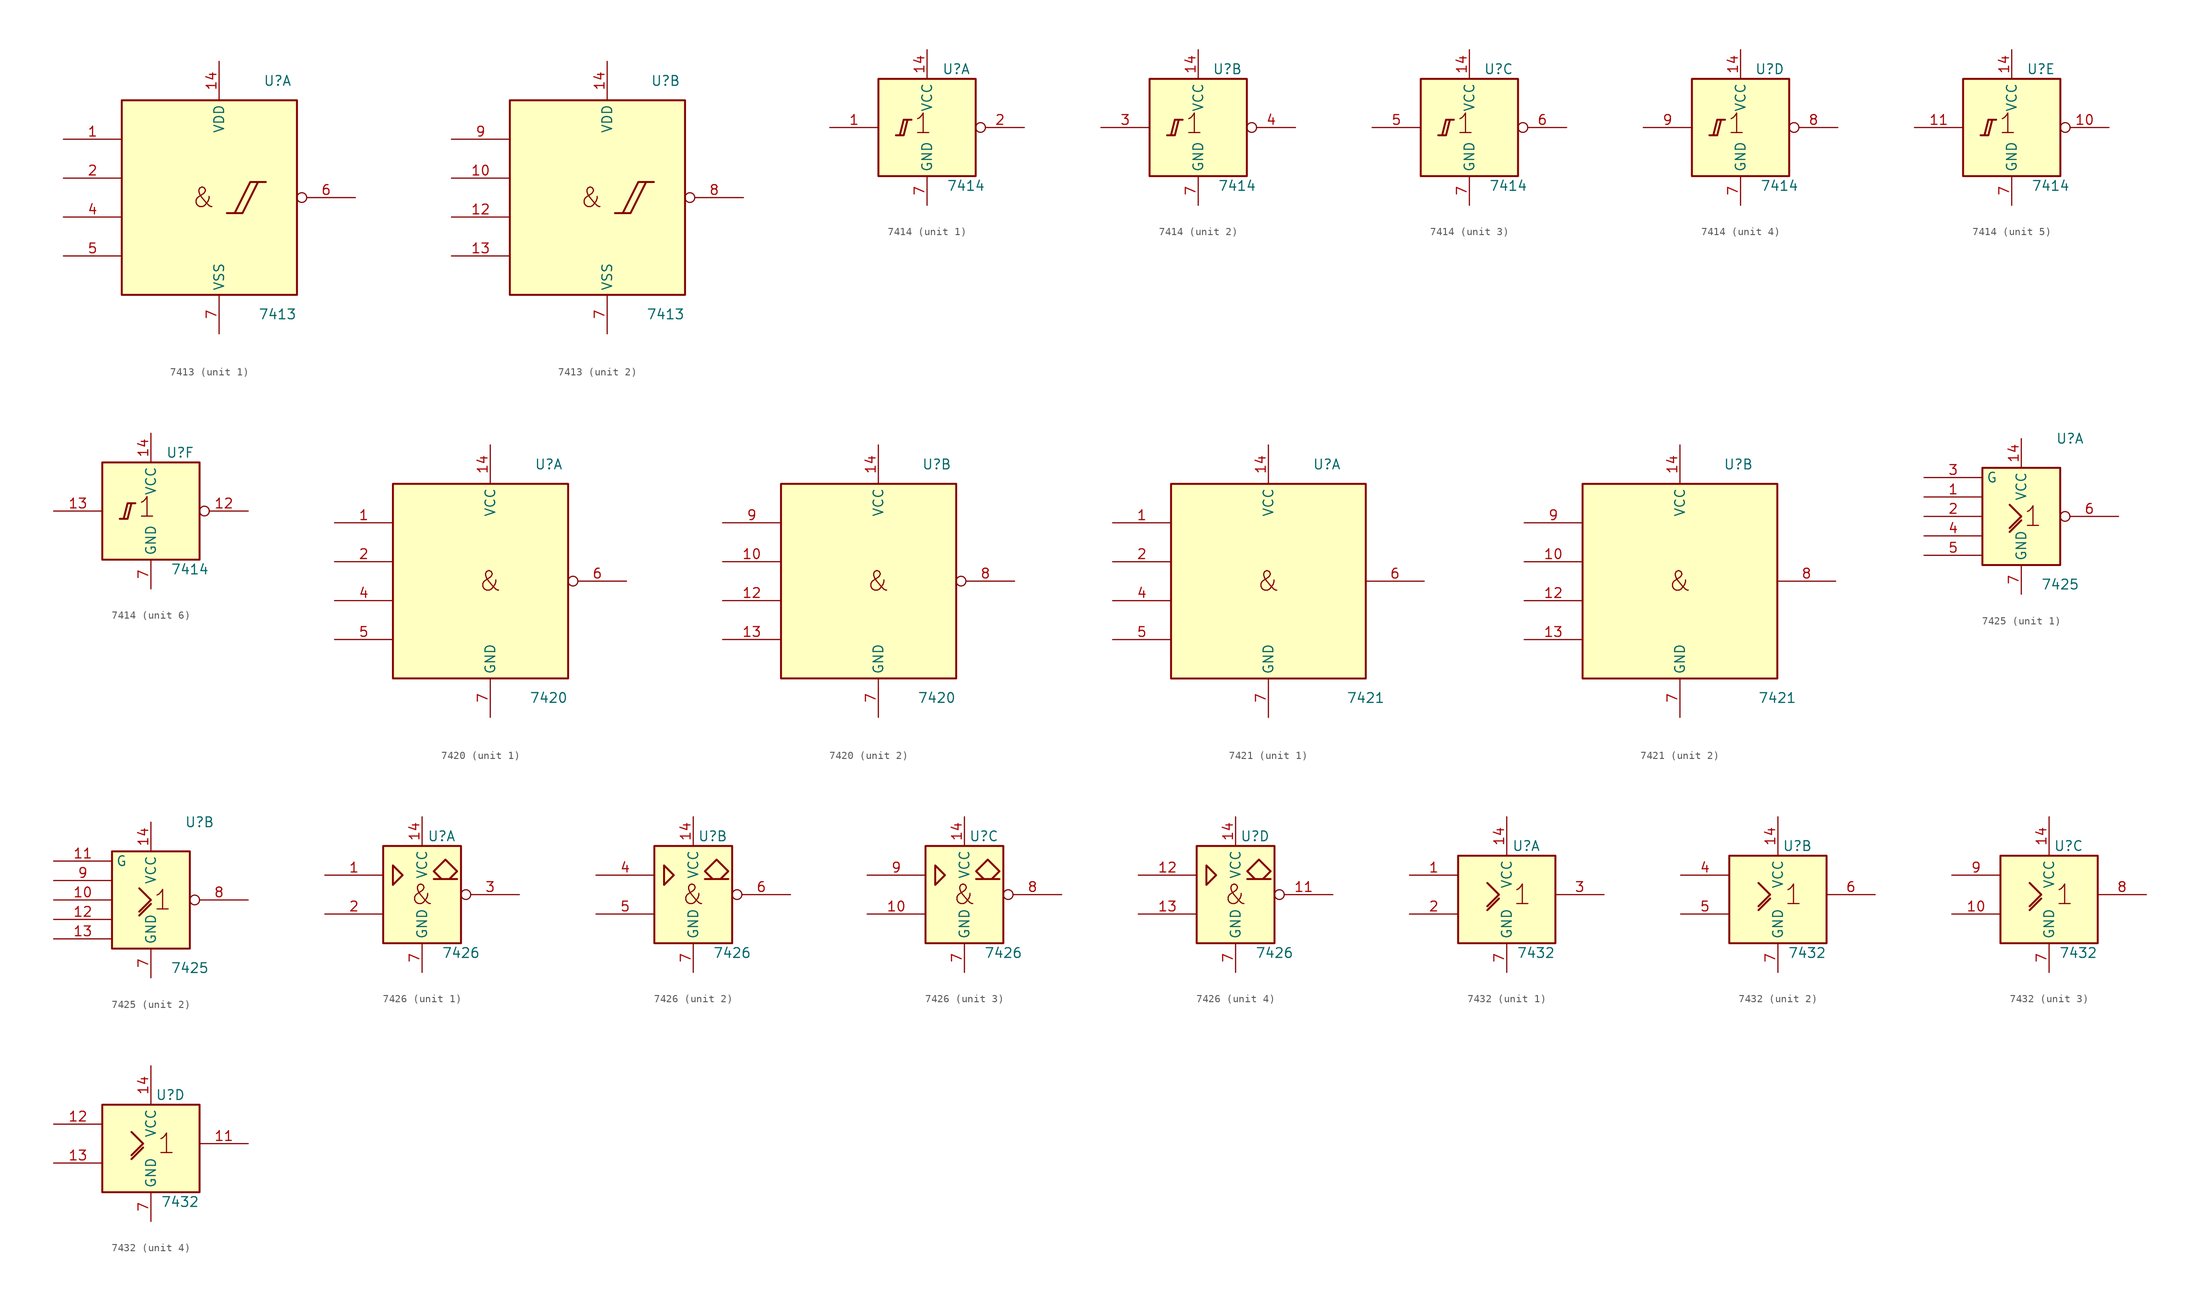
<source format=kicad_sym>
(kicad_symbol_lib
  (version 20231120)
  (generator "kicad_symbol_editor")
  (generator_version "8.0")
  (symbol "7413"
    (property "Reference" "U"
      (at 7.62 15.24 0)
      (effects (font (size 1.27 1.27))))
    (property "Value" "7413"
      (at 7.62 -15.24 0)
      (effects (font (size 1.27 1.27))))
    (symbol "7413_0_0"
      (polyline (pts (xy 1.016 -2.032) (xy 3.048 -2.032) (xy 5.08 2.032) (xy 6.096 2.032) (xy 4.064 2.032) (xy 2.032 -2.032) (xy 2.032 -2.032)) (stroke (width 0.254) (type default)) (fill (type background)))
      (text "&" (at -2.032 0 0) (effects (font (size 2.54 2.54)))))
    (symbol "7413_0_1"
      (rectangle (start -12.7 12.7) (end 10.16 -12.7) (stroke (width 0.254) (type default)) (fill (type background)))
      (pin power_in line (at 0 17.78 270) (length 5.08) (name "VDD" (effects (font (size 1.27 1.27)))) (number "14" (effects (font (size 1.27 1.27)))))
      (pin power_in line (at 0 -17.78 90) (length 5.08) (name "VSS" (effects (font (size 1.27 1.27)))) (number "7" (effects (font (size 1.27 1.27))))))
    (symbol "7413_1_1"
      (pin input line (at -20.32 7.62 0) (length 7.62) (name "~" (effects (font (size 1.27 1.27)))) (number "1" (effects (font (size 1.27 1.27)))))
      (pin input line (at -20.32 2.54 0) (length 7.62) (name "~" (effects (font (size 1.27 1.27)))) (number "2" (effects (font (size 1.27 1.27)))))
      (pin input line (at -20.32 -2.54 0) (length 7.62) (name "~" (effects (font (size 1.27 1.27)))) (number "4" (effects (font (size 1.27 1.27)))))
      (pin input line (at -20.32 -7.62 0) (length 7.62) (name "~" (effects (font (size 1.27 1.27)))) (number "5" (effects (font (size 1.27 1.27)))))
      (pin output inverted (at 17.78 0 180) (length 7.62) (name "~" (effects (font (size 1.27 1.27)))) (number "6" (effects (font (size 1.27 1.27))))))
    (symbol "7413_2_1"
      (pin input line (at -20.32 2.54 0) (length 7.62) (name "~" (effects (font (size 1.27 1.27)))) (number "10" (effects (font (size 1.27 1.27)))))
      (pin input line (at -20.32 -2.54 0) (length 7.62) (name "~" (effects (font (size 1.27 1.27)))) (number "12" (effects (font (size 1.27 1.27)))))
      (pin input line (at -20.32 -7.62 0) (length 7.62) (name "~" (effects (font (size 1.27 1.27)))) (number "13" (effects (font (size 1.27 1.27)))))
      (pin output inverted (at 17.78 0 180) (length 7.62) (name "~" (effects (font (size 1.27 1.27)))) (number "8" (effects (font (size 1.27 1.27)))))
      (pin input line (at -20.32 7.62 0) (length 7.62) (name "~" (effects (font (size 1.27 1.27)))) (number "9" (effects (font (size 1.27 1.27)))))))
  (symbol "7414"
    (property "Reference" "U"
      (at 3.81 7.62 0)
      (effects (font (size 1.27 1.27))))
    (property "Value" "7414"
      (at 5.08 -7.62 0)
      (effects (font (size 1.27 1.27))))
    (symbol "7414_0_0"
      (polyline (pts (xy -4.064 -1.016) (xy -3.048 -1.016) (xy -2.54 1.016) (xy -2.032 1.016) (xy -3.048 1.016) (xy -3.556 -1.016) (xy -3.556 -1.016)) (stroke (width 0.254) (type default)) (fill (type background)))
      (text "1" (at -0.508 0.508 0) (effects (font (size 2.54 2.54)))))
    (symbol "7414_0_1"
      (rectangle (start -6.35 6.35) (end 6.35 -6.35) (stroke (width 0.254) (type default)) (fill (type background)))
      (pin power_in line (at 0 10.16 270) (length 3.81) (name "VCC" (effects (font (size 1.27 1.27)))) (number "14" (effects (font (size 1.27 1.27)))))
      (pin power_in line (at 0 -10.16 90) (length 3.81) (name "GND" (effects (font (size 1.27 1.27)))) (number "7" (effects (font (size 1.27 1.27))))))
    (symbol "7414_1_1"
      (pin input line (at -12.7 0 0) (length 6.35) (name "~" (effects (font (size 1.27 1.27)))) (number "1" (effects (font (size 1.27 1.27)))))
      (pin output inverted (at 12.7 0 180) (length 6.35) (name "~" (effects (font (size 1.27 1.27)))) (number "2" (effects (font (size 1.27 1.27))))))
    (symbol "7414_2_1"
      (pin input line (at -12.7 0 0) (length 6.35) (name "~" (effects (font (size 1.27 1.27)))) (number "3" (effects (font (size 1.27 1.27)))))
      (pin output inverted (at 12.7 0 180) (length 6.35) (name "~" (effects (font (size 1.27 1.27)))) (number "4" (effects (font (size 1.27 1.27))))))
    (symbol "7414_3_1"
      (pin input line (at -12.7 0 0) (length 6.35) (name "~" (effects (font (size 1.27 1.27)))) (number "5" (effects (font (size 1.27 1.27)))))
      (pin output inverted (at 12.7 0 180) (length 6.35) (name "~" (effects (font (size 1.27 1.27)))) (number "6" (effects (font (size 1.27 1.27))))))
    (symbol "7414_4_1"
      (pin output inverted (at 12.7 0 180) (length 6.35) (name "~" (effects (font (size 1.27 1.27)))) (number "8" (effects (font (size 1.27 1.27)))))
      (pin input line (at -12.7 0 0) (length 6.35) (name "~" (effects (font (size 1.27 1.27)))) (number "9" (effects (font (size 1.27 1.27))))))
    (symbol "7414_5_1"
      (pin output inverted (at 12.7 0 180) (length 6.35) (name "~" (effects (font (size 1.27 1.27)))) (number "10" (effects (font (size 1.27 1.27)))))
      (pin input line (at -12.7 0 0) (length 6.35) (name "~" (effects (font (size 1.27 1.27)))) (number "11" (effects (font (size 1.27 1.27))))))
    (symbol "7414_6_1"
      (pin output inverted (at 12.7 0 180) (length 6.35) (name "~" (effects (font (size 1.27 1.27)))) (number "12" (effects (font (size 1.27 1.27)))))
      (pin input line (at -12.7 0 0) (length 6.35) (name "~" (effects (font (size 1.27 1.27)))) (number "13" (effects (font (size 1.27 1.27)))))))
  (symbol "7420"
    (property "Reference" "U"
      (at 7.62 15.24 0)
      (effects (font (size 1.27 1.27))))
    (property "Value" "7420"
      (at 7.62 -15.24 0)
      (effects (font (size 1.27 1.27))))
    (symbol "7420_0_0"
      (text "&" (at 0 0 0) (effects (font (size 2.54 2.54)))))
    (symbol "7420_0_1"
      (rectangle (start -12.7 12.7) (end 10.16 -12.7) (stroke (width 0.254) (type default)) (fill (type background)))
      (pin power_in line (at 0 17.78 270) (length 5.08) (name "VCC" (effects (font (size 1.27 1.27)))) (number "14" (effects (font (size 1.27 1.27)))))
      (pin power_in line (at 0 -17.78 90) (length 5.08) (name "GND" (effects (font (size 1.27 1.27)))) (number "7" (effects (font (size 1.27 1.27))))))
    (symbol "7420_1_1"
      (pin input line (at -20.32 7.62 0) (length 7.62) (name "~" (effects (font (size 1.27 1.27)))) (number "1" (effects (font (size 1.27 1.27)))))
      (pin input line (at -20.32 2.54 0) (length 7.62) (name "~" (effects (font (size 1.27 1.27)))) (number "2" (effects (font (size 1.27 1.27)))))
      (pin input line (at -20.32 -2.54 0) (length 7.62) (name "~" (effects (font (size 1.27 1.27)))) (number "4" (effects (font (size 1.27 1.27)))))
      (pin input line (at -20.32 -7.62 0) (length 7.62) (name "~" (effects (font (size 1.27 1.27)))) (number "5" (effects (font (size 1.27 1.27)))))
      (pin output inverted (at 17.78 0 180) (length 7.62) (name "~" (effects (font (size 1.27 1.27)))) (number "6" (effects (font (size 1.27 1.27))))))
    (symbol "7420_2_1"
      (pin input line (at -20.32 2.54 0) (length 7.62) (name "~" (effects (font (size 1.27 1.27)))) (number "10" (effects (font (size 1.27 1.27)))))
      (pin input line (at -20.32 -2.54 0) (length 7.62) (name "~" (effects (font (size 1.27 1.27)))) (number "12" (effects (font (size 1.27 1.27)))))
      (pin input line (at -20.32 -7.62 0) (length 7.62) (name "~" (effects (font (size 1.27 1.27)))) (number "13" (effects (font (size 1.27 1.27)))))
      (pin output inverted (at 17.78 0 180) (length 7.62) (name "~" (effects (font (size 1.27 1.27)))) (number "8" (effects (font (size 1.27 1.27)))))
      (pin input line (at -20.32 7.62 0) (length 7.62) (name "~" (effects (font (size 1.27 1.27)))) (number "9" (effects (font (size 1.27 1.27)))))))
  (symbol "7421"
    (property "Reference" "U"
      (at 7.62 15.24 0)
      (effects (font (size 1.27 1.27))))
    (property "Value" "7421"
      (at 12.7 -15.24 0)
      (effects (font (size 1.27 1.27))))
    (symbol "7421_0_0"
      (text "&" (at 0 0 0) (effects (font (size 2.54 2.54)))))
    (symbol "7421_0_1"
      (rectangle (start -12.7 12.7) (end 12.7 -12.7) (stroke (width 0.254) (type default)) (fill (type background)))
      (pin power_in line (at 0 17.78 270) (length 5.08) (name "VCC" (effects (font (size 1.27 1.27)))) (number "14" (effects (font (size 1.27 1.27)))))
      (pin power_in line (at 0 -17.78 90) (length 5.08) (name "GND" (effects (font (size 1.27 1.27)))) (number "7" (effects (font (size 1.27 1.27))))))
    (symbol "7421_1_1"
      (pin input line (at -20.32 7.62 0) (length 7.62) (name "~" (effects (font (size 1.27 1.27)))) (number "1" (effects (font (size 1.27 1.27)))))
      (pin input line (at -20.32 2.54 0) (length 7.62) (name "~" (effects (font (size 1.27 1.27)))) (number "2" (effects (font (size 1.27 1.27)))))
      (pin input line (at -20.32 -2.54 0) (length 7.62) (name "~" (effects (font (size 1.27 1.27)))) (number "4" (effects (font (size 1.27 1.27)))))
      (pin input line (at -20.32 -7.62 0) (length 7.62) (name "~" (effects (font (size 1.27 1.27)))) (number "5" (effects (font (size 1.27 1.27)))))
      (pin output line (at 20.32 0 180) (length 7.62) (name "~" (effects (font (size 1.27 1.27)))) (number "6" (effects (font (size 1.27 1.27))))))
    (symbol "7421_2_1"
      (pin input line (at -20.32 2.54 0) (length 7.62) (name "~" (effects (font (size 1.27 1.27)))) (number "10" (effects (font (size 1.27 1.27)))))
      (pin input line (at -20.32 -2.54 0) (length 7.62) (name "~" (effects (font (size 1.27 1.27)))) (number "12" (effects (font (size 1.27 1.27)))))
      (pin input line (at -20.32 -7.62 0) (length 7.62) (name "~" (effects (font (size 1.27 1.27)))) (number "13" (effects (font (size 1.27 1.27)))))
      (pin output line (at 20.32 0 180) (length 7.62) (name "~" (effects (font (size 1.27 1.27)))) (number "8" (effects (font (size 1.27 1.27)))))
      (pin input line (at -20.32 7.62 0) (length 7.62) (name "~" (effects (font (size 1.27 1.27)))) (number "9" (effects (font (size 1.27 1.27)))))))
  (symbol "7425"
    (property "Reference" "U"
      (at 6.35 10.16 0)
      (effects (font (size 1.27 1.27))))
    (property "Value" "7425"
      (at 5.08 -8.89 0)
      (effects (font (size 1.27 1.27))))
    (symbol "7425_0_0"
      (polyline (pts (xy -1.524 -2.032) (xy 0 -0.508) (xy 0 -0.508)) (stroke (width 0.254) (type default)) (fill (type background)))
      (polyline (pts (xy -1.524 1.524) (xy 0 0) (xy -1.524 -1.524) (xy -1.524 -1.524)) (stroke (width 0.254) (type default)) (fill (type background)))
      (text "1" (at 1.524 0 0) (effects (font (size 2.54 2.54)))))
    (symbol "7425_0_1"
      (rectangle (start -5.08 6.35) (end 5.08 -6.35) (stroke (width 0.254) (type default)) (fill (type background)))
      (pin power_in line (at 0 10.16 270) (length 3.81) (name "VCC" (effects (font (size 1.27 1.27)))) (number "14" (effects (font (size 1.27 1.27)))))
      (pin power_in line (at 0 -10.16 90) (length 3.81) (name "GND" (effects (font (size 1.27 1.27)))) (number "7" (effects (font (size 1.27 1.27))))))
    (symbol "7425_1_1"
      (pin input line (at -12.7 2.54 0) (length 7.62) (name "~" (effects (font (size 1.27 1.27)))) (number "1" (effects (font (size 1.27 1.27)))))
      (pin input line (at -12.7 0 0) (length 7.62) (name "~" (effects (font (size 1.27 1.27)))) (number "2" (effects (font (size 1.27 1.27)))))
      (pin input line (at -12.7 5.08 0) (length 7.62) (name "G" (effects (font (size 1.27 1.27)))) (number "3" (effects (font (size 1.27 1.27)))))
      (pin input line (at -12.7 -2.54 0) (length 7.62) (name "~" (effects (font (size 1.27 1.27)))) (number "4" (effects (font (size 1.27 1.27)))))
      (pin input line (at -12.7 -5.08 0) (length 7.62) (name "~" (effects (font (size 1.27 1.27)))) (number "5" (effects (font (size 1.27 1.27)))))
      (pin output inverted (at 12.7 0 180) (length 7.62) (name "~" (effects (font (size 1.27 1.27)))) (number "6" (effects (font (size 1.27 1.27))))))
    (symbol "7425_2_1"
      (pin input line (at -12.7 0 0) (length 7.62) (name "~" (effects (font (size 1.27 1.27)))) (number "10" (effects (font (size 1.27 1.27)))))
      (pin input line (at -12.7 5.08 0) (length 7.62) (name "G" (effects (font (size 1.27 1.27)))) (number "11" (effects (font (size 1.27 1.27)))))
      (pin input line (at -12.7 -2.54 0) (length 7.62) (name "~" (effects (font (size 1.27 1.27)))) (number "12" (effects (font (size 1.27 1.27)))))
      (pin input line (at -12.7 -5.08 0) (length 7.62) (name "~" (effects (font (size 1.27 1.27)))) (number "13" (effects (font (size 1.27 1.27)))))
      (pin output inverted (at 12.7 0 180) (length 7.62) (name "~" (effects (font (size 1.27 1.27)))) (number "8" (effects (font (size 1.27 1.27)))))
      (pin input line (at -12.7 2.54 0) (length 7.62) (name "~" (effects (font (size 1.27 1.27)))) (number "9" (effects (font (size 1.27 1.27)))))))
  (symbol "7426"
    (property "Reference" "U"
      (at 2.54 7.62 0)
      (effects (font (size 1.27 1.27))))
    (property "Value" "7426"
      (at 5.08 -7.62 0)
      (effects (font (size 1.27 1.27))))
    (symbol "7426_0_0"
      (polyline (pts (xy -3.81 3.81) (xy -3.81 1.27) (xy -2.54 2.54) (xy -3.81 3.81) (xy -3.81 3.81)) (stroke (width 0.254) (type default)) (fill (type background)))
      (polyline (pts (xy 2.54 2.032) (xy 1.524 3.048) (xy 3.048 4.572) (xy 4.572 3.048) (xy 3.556 2.032) (xy 4.572 2.032) (xy 1.524 2.032) (xy 1.524 2.032)) (stroke (width 0.254) (type default)) (fill (type background)))
      (text "&" (at 0 0 0) (effects (font (size 2.54 2.54))))
      (pin power_in line (at 0 10.16 270) (length 3.81) (name "VCC" (effects (font (size 1.27 1.27)))) (number "14" (effects (font (size 1.27 1.27))))))
    (symbol "7426_0_1"
      (rectangle (start -5.08 6.35) (end 5.08 -6.35) (stroke (width 0.254) (type default)) (fill (type background)))
      (pin power_in line (at 0 -10.16 90) (length 3.81) (name "GND" (effects (font (size 1.27 1.27)))) (number "7" (effects (font (size 1.27 1.27))))))
    (symbol "7426_1_1"
      (pin input line (at -12.7 2.54 0) (length 7.62) (name "~" (effects (font (size 1.27 1.27)))) (number "1" (effects (font (size 1.27 1.27)))))
      (pin input line (at -12.7 -2.54 0) (length 7.62) (name "~" (effects (font (size 1.27 1.27)))) (number "2" (effects (font (size 1.27 1.27)))))
      (pin open_collector inverted (at 12.7 0 180) (length 7.62) (name "~" (effects (font (size 1.27 1.27)))) (number "3" (effects (font (size 1.27 1.27))))))
    (symbol "7426_2_1"
      (pin input line (at -12.7 2.54 0) (length 7.62) (name "~" (effects (font (size 1.27 1.27)))) (number "4" (effects (font (size 1.27 1.27)))))
      (pin input line (at -12.7 -2.54 0) (length 7.62) (name "~" (effects (font (size 1.27 1.27)))) (number "5" (effects (font (size 1.27 1.27)))))
      (pin open_collector inverted (at 12.7 0 180) (length 7.62) (name "~" (effects (font (size 1.27 1.27)))) (number "6" (effects (font (size 1.27 1.27))))))
    (symbol "7426_3_1"
      (pin input line (at -12.7 -2.54 0) (length 7.62) (name "~" (effects (font (size 1.27 1.27)))) (number "10" (effects (font (size 1.27 1.27)))))
      (pin open_collector inverted (at 12.7 0 180) (length 7.62) (name "~" (effects (font (size 1.27 1.27)))) (number "8" (effects (font (size 1.27 1.27)))))
      (pin input line (at -12.7 2.54 0) (length 7.62) (name "~" (effects (font (size 1.27 1.27)))) (number "9" (effects (font (size 1.27 1.27))))))
    (symbol "7426_4_1"
      (pin open_collector inverted (at 12.7 0 180) (length 7.62) (name "~" (effects (font (size 1.27 1.27)))) (number "11" (effects (font (size 1.27 1.27)))))
      (pin input line (at -12.7 2.54 0) (length 7.62) (name "~" (effects (font (size 1.27 1.27)))) (number "12" (effects (font (size 1.27 1.27)))))
      (pin input line (at -12.7 -2.54 0) (length 7.62) (name "~" (effects (font (size 1.27 1.27)))) (number "13" (effects (font (size 1.27 1.27)))))))
  (symbol "7432"
    (property "Reference" "U"
      (at 2.54 6.35 0)
      (effects (font (size 1.27 1.27))))
    (property "Value" "7432"
      (at 3.81 -7.62 0)
      (effects (font (size 1.27 1.27))))
    (symbol "7432_0_1"
      (rectangle (start -6.35 5.08) (end 6.35 -6.35) (stroke (width 0.254) (type default)) (fill (type background)))
      (polyline (pts (xy -2.54 -2.032) (xy -1.016 -0.508) (xy -1.016 -0.508)) (stroke (width 0.254) (type default)) (fill (type background)))
      (polyline (pts (xy -2.54 1.524) (xy -2.54 1.524) (xy -1.016 0) (xy -2.54 -1.524) (xy -2.54 -1.524)) (stroke (width 0.254) (type default)) (fill (type background)))
      (text "1" (at 2.032 0 0) (effects (font (size 2.54 2.54))))
      (pin power_in line (at 0 10.16 270) (length 5.08) (name "VCC" (effects (font (size 1.27 1.27)))) (number "14" (effects (font (size 1.27 1.27)))))
      (pin power_in line (at 0 -10.16 90) (length 3.81) (name "GND" (effects (font (size 1.27 1.27)))) (number "7" (effects (font (size 1.27 1.27))))))
    (symbol "7432_1_1"
      (pin input line (at -12.7 2.54 0) (length 6.35) (name "~" (effects (font (size 1.27 1.27)))) (number "1" (effects (font (size 1.27 1.27)))))
      (pin input line (at -12.7 -2.54 0) (length 6.35) (name "~" (effects (font (size 1.27 1.27)))) (number "2" (effects (font (size 1.27 1.27)))))
      (pin output line (at 12.7 0 180) (length 6.35) (name "~" (effects (font (size 1.27 1.27)))) (number "3" (effects (font (size 1.27 1.27))))))
    (symbol "7432_2_1"
      (pin input line (at -12.7 2.54 0) (length 6.35) (name "~" (effects (font (size 1.27 1.27)))) (number "4" (effects (font (size 1.27 1.27)))))
      (pin input line (at -12.7 -2.54 0) (length 6.35) (name "~" (effects (font (size 1.27 1.27)))) (number "5" (effects (font (size 1.27 1.27)))))
      (pin output line (at 12.7 0 180) (length 6.35) (name "~" (effects (font (size 1.27 1.27)))) (number "6" (effects (font (size 1.27 1.27))))))
    (symbol "7432_3_1"
      (pin input line (at -12.7 -2.54 0) (length 6.35) (name "~" (effects (font (size 1.27 1.27)))) (number "10" (effects (font (size 1.27 1.27)))))
      (pin output line (at 12.7 0 180) (length 6.35) (name "~" (effects (font (size 1.27 1.27)))) (number "8" (effects (font (size 1.27 1.27)))))
      (pin input line (at -12.7 2.54 0) (length 6.35) (name "~" (effects (font (size 1.27 1.27)))) (number "9" (effects (font (size 1.27 1.27))))))
    (symbol "7432_4_1"
      (pin output line (at 12.7 0 180) (length 6.35) (name "~" (effects (font (size 1.27 1.27)))) (number "11" (effects (font (size 1.27 1.27)))))
      (pin input line (at -12.7 2.54 0) (length 6.35) (name "~" (effects (font (size 1.27 1.27)))) (number "12" (effects (font (size 1.27 1.27)))))
      (pin input line (at -12.7 -2.54 0) (length 6.35) (name "~" (effects (font (size 1.27 1.27)))) (number "13" (effects (font (size 1.27 1.27))))))))
</source>
